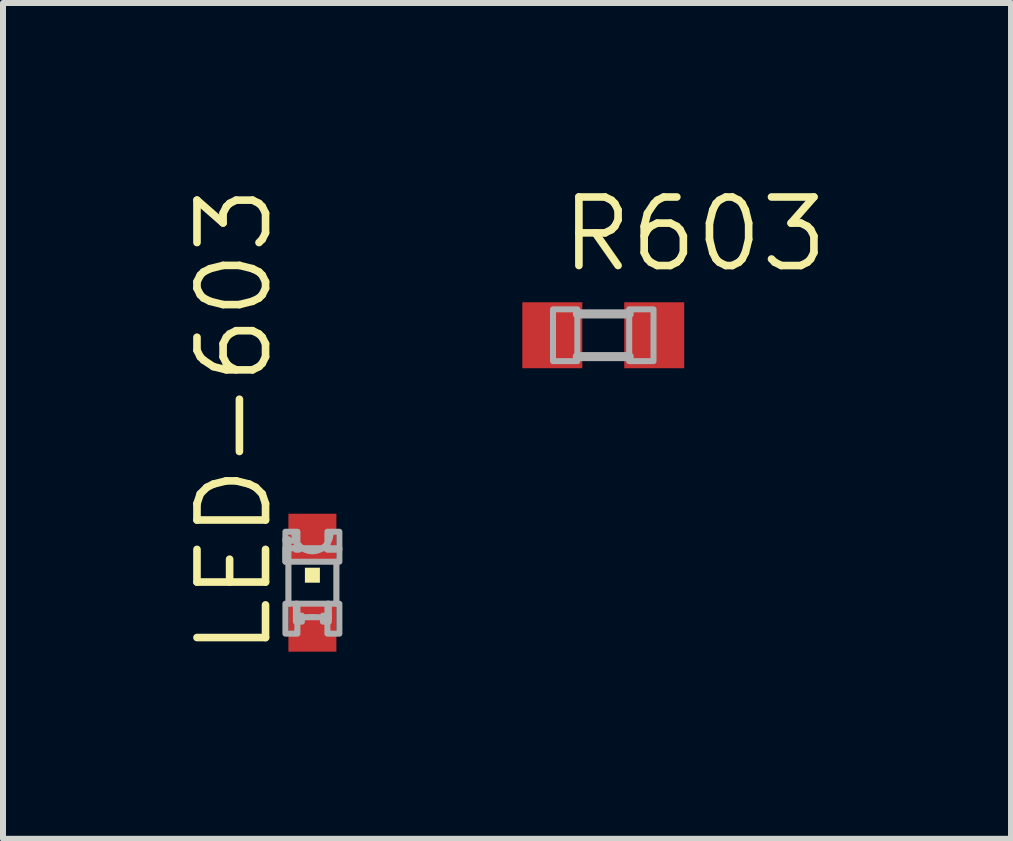
<source format=kicad_pcb>
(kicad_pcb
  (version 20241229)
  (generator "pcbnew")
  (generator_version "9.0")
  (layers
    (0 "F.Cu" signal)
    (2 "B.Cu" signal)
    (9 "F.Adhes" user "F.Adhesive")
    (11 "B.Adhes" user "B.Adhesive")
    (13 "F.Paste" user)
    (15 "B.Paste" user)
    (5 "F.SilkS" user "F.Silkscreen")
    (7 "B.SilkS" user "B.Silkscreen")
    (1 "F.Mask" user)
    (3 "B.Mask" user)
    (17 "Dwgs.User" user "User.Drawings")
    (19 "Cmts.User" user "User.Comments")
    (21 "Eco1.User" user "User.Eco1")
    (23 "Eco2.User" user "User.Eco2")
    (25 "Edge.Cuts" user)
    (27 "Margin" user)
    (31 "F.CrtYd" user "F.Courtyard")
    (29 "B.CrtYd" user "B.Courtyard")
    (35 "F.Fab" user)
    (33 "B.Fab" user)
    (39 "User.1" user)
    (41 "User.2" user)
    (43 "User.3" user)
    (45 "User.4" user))
  (footprint "R603"
    (layer "F.Cu")
    (at 7.009 2.54)
    (property "Reference" "R603" (at -0.762 -1.016 0) (unlocked yes) (layer "F.SilkS") (effects (font (size 1.143 1.143) (thickness 0.127)) (justify left bottom)))
    (fp_line (start -0.432 0.356) (end 0.432 0.356) (stroke (width 0.152) (type solid)) (layer "F.Fab"))
    (fp_line (start 0.432 -0.356) (end -0.432 -0.356) (stroke (width 0.152) (type solid)) (layer "F.Fab"))
    (fp_poly (pts (xy -0.838 0.432) (xy -0.432 0.432) (xy -0.432 -0.432) (xy -0.838 -0.432)) (stroke (width 0.1) (type default)) (fill no) (layer "F.Fab"))
    (fp_poly (pts (xy 0.432 0.432) (xy 0.838 0.432) (xy 0.838 -0.432) (xy 0.432 -0.432)) (stroke (width 0.1) (type default)) (fill no) (layer "F.Fab"))
    (pad "1" smd rect (at -0.85 0) (size 1 1.1) (layers "F.Cu" "F.Mask" "F.Paste"))
    (pad "2" smd rect (at 0.85 0) (size 1 1.1) (layers "F.Cu" "F.Mask" "F.Paste")))
  (footprint "LED-603"
    (layer "F.Cu")
    (at 2.159 6.666)
    (property "Reference" "LED-603" (at -0.635 1.27 90) (unlocked yes) (layer "F.SilkS") (effects (font (size 1.143 1.143) (thickness 0.127)) (justify left bottom)))
    (fp_poly (pts (xy -0.125 0) (xy 0.125 0) (xy 0.125 -0.25) (xy -0.125 -0.25)) (stroke (width 0) (type default)) (fill yes) (layer "F.SilkS"))
    (fp_line (start -0.4 -0.375) (end -0.4 0.35) (stroke (width 0.102) (type solid)) (layer "F.Fab"))
    (fp_line (start 0.4 -0.35) (end 0.4 0.35) (stroke (width 0.102) (type solid)) (layer "F.Fab"))
    (fp_arc (start -0.275 0.825) (mid 0 0.55) (end 0.275 0.825) (stroke (width 0.0508) (type solid)) (layer "F.Fab"))
    (fp_arc (start 0.3 -0.799998) (mid -0.000001 -0.524966) (end -0.3 -0.8) (stroke (width 0.1016) (type solid)) (layer "F.Fab"))
    (fp_circle (center -0.35 -0.625) (end -0.275 -0.625) (stroke (width 0.051) (type solid)) (fill no) (layer "F.Fab"))
    (fp_poly (pts (xy -0.45 -0.7) (xy -0.25 -0.7) (xy -0.25 -0.85) (xy -0.45 -0.85)) (stroke (width 0.1) (type default)) (fill no) (layer "F.Fab"))
    (fp_poly (pts (xy -0.45 -0.35) (xy -0.4 -0.35) (xy -0.4 -0.725) (xy -0.45 -0.725)) (stroke (width 0.1) (type default)) (fill no) (layer "F.Fab"))
    (fp_poly (pts (xy -0.45 -0.35) (xy 0.45 -0.35) (xy 0.45 -0.575) (xy -0.45 -0.575)) (stroke (width 0.1) (type default)) (fill no) (layer "F.Fab"))
    (fp_poly (pts (xy -0.45 0.85) (xy -0.25 0.85) (xy -0.25 0.35) (xy -0.45 0.35)) (stroke (width 0.1) (type default)) (fill no) (layer "F.Fab"))
    (fp_poly (pts (xy -0.275 -0.55) (xy -0.225 -0.55) (xy -0.225 -0.6) (xy -0.275 -0.6)) (stroke (width 0.1) (type default)) (fill no) (layer "F.Fab"))
    (fp_poly (pts (xy -0.275 0.575) (xy 0.275 0.575) (xy 0.275 0.35) (xy -0.275 0.35)) (stroke (width 0.1) (type default)) (fill no) (layer "F.Fab"))
    (fp_poly (pts (xy -0.275 0.65) (xy -0.175 0.65) (xy -0.175 0.55) (xy -0.275 0.55)) (stroke (width 0.1) (type default)) (fill no) (layer "F.Fab"))
    (fp_poly (pts (xy 0.175 0.65) (xy 0.275 0.65) (xy 0.275 0.55) (xy 0.175 0.55)) (stroke (width 0.1) (type default)) (fill no) (layer "F.Fab"))
    (fp_poly (pts (xy 0.25 -0.55) (xy 0.45 -0.55) (xy 0.45 -0.85) (xy 0.25 -0.85)) (stroke (width 0.1) (type default)) (fill no) (layer "F.Fab"))
    (fp_poly (pts (xy 0.25 0.85) (xy 0.45 0.85) (xy 0.45 0.35) (xy 0.25 0.35)) (stroke (width 0.1) (type default)) (fill no) (layer "F.Fab"))
    (pad "A" smd rect (at 0 0.75) (size 0.8 0.8) (layers "F.Cu" "F.Mask" "F.Paste"))
    (pad "C" smd rect (at 0 -0.75) (size 0.8 0.8) (layers "F.Cu" "F.Mask" "F.Paste")))
  (gr_rect
    (start -3 -3)
    (end 13.808 10.936)
    (stroke (width 0.1) (type default))
    (fill no)
    (layer "Edge.Cuts")))
</source>
